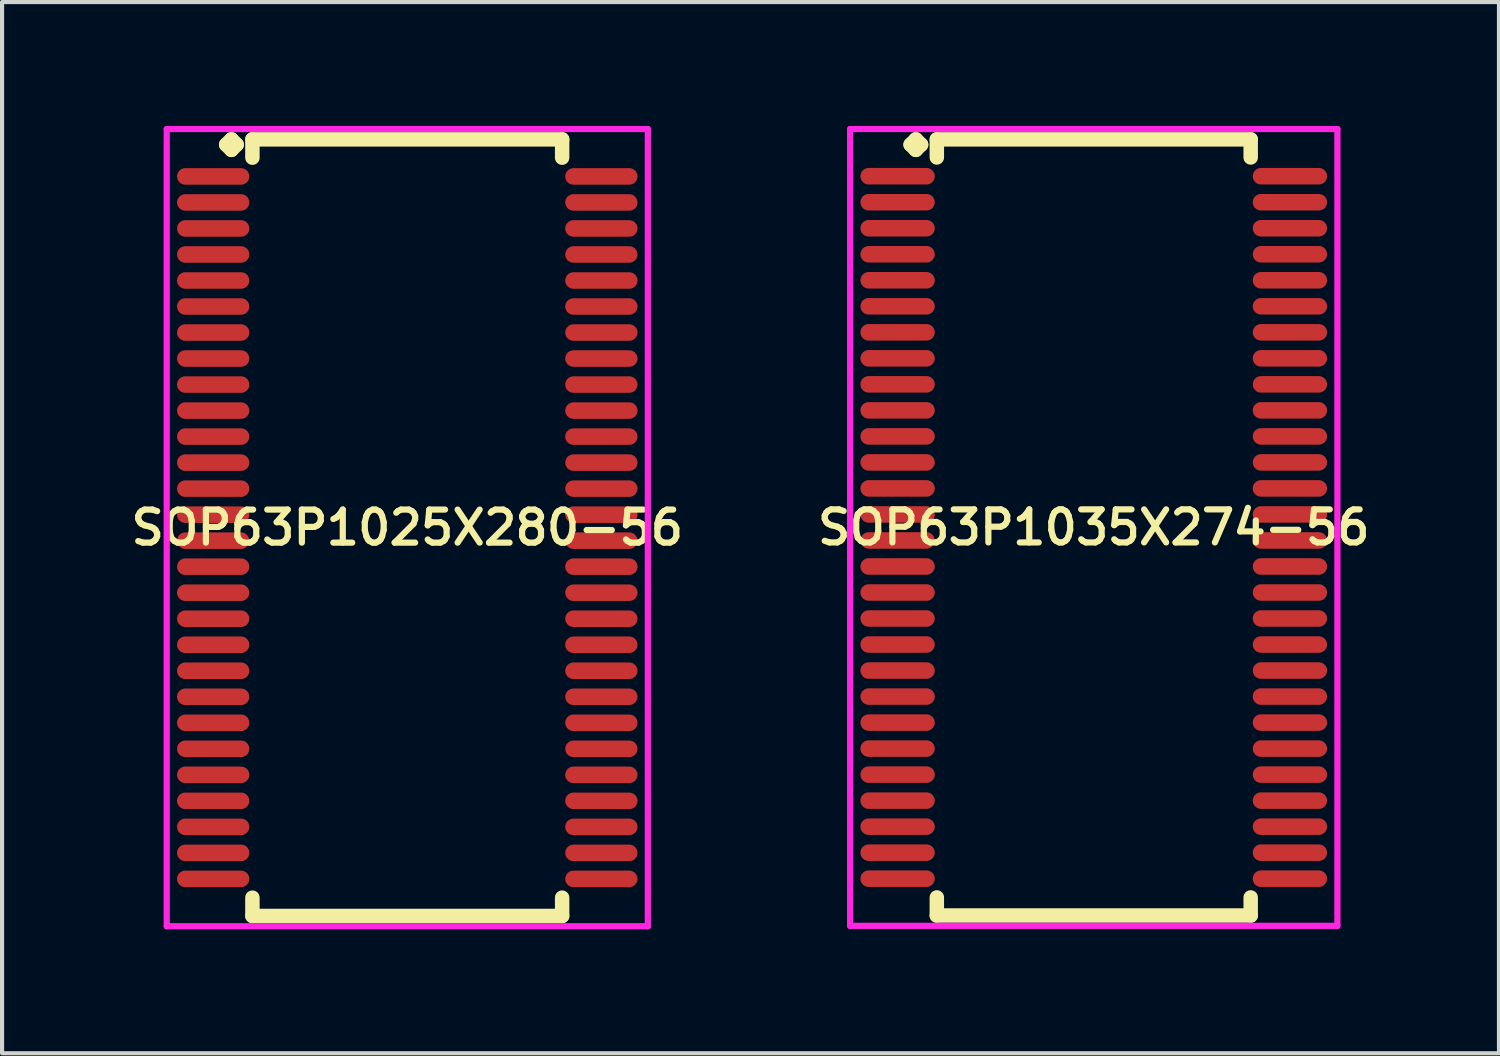
<source format=kicad_pcb>
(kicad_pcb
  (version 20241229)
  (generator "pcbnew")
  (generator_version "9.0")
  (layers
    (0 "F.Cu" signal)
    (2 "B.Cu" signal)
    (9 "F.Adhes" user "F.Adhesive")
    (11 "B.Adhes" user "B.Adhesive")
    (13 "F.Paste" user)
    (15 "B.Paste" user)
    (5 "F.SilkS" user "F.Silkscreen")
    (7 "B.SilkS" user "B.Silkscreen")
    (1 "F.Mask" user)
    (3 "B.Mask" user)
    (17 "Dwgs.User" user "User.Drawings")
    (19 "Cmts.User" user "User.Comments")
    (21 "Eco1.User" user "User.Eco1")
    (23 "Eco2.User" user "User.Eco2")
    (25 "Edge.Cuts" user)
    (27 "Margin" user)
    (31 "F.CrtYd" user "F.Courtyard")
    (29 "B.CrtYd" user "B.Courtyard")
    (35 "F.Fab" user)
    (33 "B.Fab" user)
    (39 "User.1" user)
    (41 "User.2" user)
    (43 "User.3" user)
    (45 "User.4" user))
  (footprint "SOP63P1025X280-56"
    (layer "F.Cu")
    (at 6.812 9.727)
    (property "Reference" "SOP63P1025X280-56" (at 0 0 0) (layer "F.SilkS") (effects (font (size 0.8 0.8) (thickness 0.15))))
    (attr smd)
    (fp_line (start -4.385 -9.275) (end -4.258 -9.402) (stroke (width 0.35) (type solid)) (layer "F.SilkS"))
    (fp_line (start -4.258 -9.402) (end -4.131 -9.275) (stroke (width 0.35) (type solid)) (layer "F.SilkS"))
    (fp_line (start -4.258 -9.148) (end -4.385 -9.275) (stroke (width 0.35) (type solid)) (layer "F.SilkS"))
    (fp_line (start -4.131 -9.275) (end -4.258 -9.148) (stroke (width 0.35) (type solid)) (layer "F.SilkS"))
    (fp_line (start -3.75 -9.402) (end 3.75 -9.402) (stroke (width 0.35) (type solid)) (layer "F.SilkS"))
    (fp_line (start -3.75 -8.959) (end -3.75 -9.402) (stroke (width 0.35) (type solid)) (layer "F.SilkS"))
    (fp_line (start -3.75 8.959) (end -3.75 9.402) (stroke (width 0.35) (type solid)) (layer "F.SilkS"))
    (fp_line (start -3.75 9.402) (end 3.75 9.402) (stroke (width 0.35) (type solid)) (layer "F.SilkS"))
    (fp_line (start 3.75 -9.402) (end 3.75 -8.959) (stroke (width 0.35) (type solid)) (layer "F.SilkS"))
    (fp_line (start 3.75 9.402) (end 3.75 8.959) (stroke (width 0.35) (type solid)) (layer "F.SilkS"))
    (fp_line (start -5.825 -9.652) (end 5.825 -9.652) (stroke (width 0.15) (type solid)) (layer "F.CrtYd"))
    (fp_line (start -5.825 9.652) (end -5.825 -9.652) (stroke (width 0.15) (type solid)) (layer "F.CrtYd"))
    (fp_line (start 5.825 -9.652) (end 5.825 9.652) (stroke (width 0.15) (type solid)) (layer "F.CrtYd"))
    (fp_line (start 5.825 9.652) (end -5.825 9.652) (stroke (width 0.15) (type solid)) (layer "F.CrtYd"))
    (pad "1" smd oval (at -4.7 -8.505) (size 1.75 0.4) (layers "F.Cu" "F.Mask" "F.Paste"))
    (pad "2" smd oval (at -4.7 -7.875) (size 1.75 0.4) (layers "F.Cu" "F.Mask" "F.Paste"))
    (pad "3" smd oval (at -4.7 -7.245) (size 1.75 0.4) (layers "F.Cu" "F.Mask" "F.Paste"))
    (pad "4" smd oval (at -4.7 -6.615) (size 1.75 0.4) (layers "F.Cu" "F.Mask" "F.Paste"))
    (pad "5" smd oval (at -4.7 -5.985) (size 1.75 0.4) (layers "F.Cu" "F.Mask" "F.Paste"))
    (pad "6" smd oval (at -4.7 -5.355) (size 1.75 0.4) (layers "F.Cu" "F.Mask" "F.Paste"))
    (pad "7" smd oval (at -4.7 -4.725) (size 1.75 0.4) (layers "F.Cu" "F.Mask" "F.Paste"))
    (pad "8" smd oval (at -4.7 -4.095) (size 1.75 0.4) (layers "F.Cu" "F.Mask" "F.Paste"))
    (pad "9" smd oval (at -4.7 -3.465) (size 1.75 0.4) (layers "F.Cu" "F.Mask" "F.Paste"))
    (pad "10" smd oval (at -4.7 -2.835) (size 1.75 0.4) (layers "F.Cu" "F.Mask" "F.Paste"))
    (pad "11" smd oval (at -4.7 -2.205) (size 1.75 0.4) (layers "F.Cu" "F.Mask" "F.Paste"))
    (pad "12" smd oval (at -4.7 -1.575) (size 1.75 0.4) (layers "F.Cu" "F.Mask" "F.Paste"))
    (pad "13" smd oval (at -4.7 -0.945) (size 1.75 0.4) (layers "F.Cu" "F.Mask" "F.Paste"))
    (pad "14" smd oval (at -4.7 -0.315) (size 1.75 0.4) (layers "F.Cu" "F.Mask" "F.Paste"))
    (pad "15" smd oval (at -4.7 0.315) (size 1.75 0.4) (layers "F.Cu" "F.Mask" "F.Paste"))
    (pad "16" smd oval (at -4.7 0.945) (size 1.75 0.4) (layers "F.Cu" "F.Mask" "F.Paste"))
    (pad "17" smd oval (at -4.7 1.575) (size 1.75 0.4) (layers "F.Cu" "F.Mask" "F.Paste"))
    (pad "18" smd oval (at -4.7 2.205) (size 1.75 0.4) (layers "F.Cu" "F.Mask" "F.Paste"))
    (pad "19" smd oval (at -4.7 2.835) (size 1.75 0.4) (layers "F.Cu" "F.Mask" "F.Paste"))
    (pad "20" smd oval (at -4.7 3.465) (size 1.75 0.4) (layers "F.Cu" "F.Mask" "F.Paste"))
    (pad "21" smd oval (at -4.7 4.095) (size 1.75 0.4) (layers "F.Cu" "F.Mask" "F.Paste"))
    (pad "22" smd oval (at -4.7 4.725) (size 1.75 0.4) (layers "F.Cu" "F.Mask" "F.Paste"))
    (pad "23" smd oval (at -4.7 5.355) (size 1.75 0.4) (layers "F.Cu" "F.Mask" "F.Paste"))
    (pad "24" smd oval (at -4.7 5.985) (size 1.75 0.4) (layers "F.Cu" "F.Mask" "F.Paste"))
    (pad "25" smd oval (at -4.7 6.615) (size 1.75 0.4) (layers "F.Cu" "F.Mask" "F.Paste"))
    (pad "26" smd oval (at -4.7 7.245) (size 1.75 0.4) (layers "F.Cu" "F.Mask" "F.Paste"))
    (pad "27" smd oval (at -4.7 7.875) (size 1.75 0.4) (layers "F.Cu" "F.Mask" "F.Paste"))
    (pad "28" smd oval (at -4.7 8.505) (size 1.75 0.4) (layers "F.Cu" "F.Mask" "F.Paste"))
    (pad "29" smd oval (at 4.7 8.505) (size 1.75 0.4) (layers "F.Cu" "F.Mask" "F.Paste"))
    (pad "30" smd oval (at 4.7 7.875) (size 1.75 0.4) (layers "F.Cu" "F.Mask" "F.Paste"))
    (pad "31" smd oval (at 4.7 7.245) (size 1.75 0.4) (layers "F.Cu" "F.Mask" "F.Paste"))
    (pad "32" smd oval (at 4.7 6.615) (size 1.75 0.4) (layers "F.Cu" "F.Mask" "F.Paste"))
    (pad "33" smd oval (at 4.7 5.985) (size 1.75 0.4) (layers "F.Cu" "F.Mask" "F.Paste"))
    (pad "34" smd oval (at 4.7 5.355) (size 1.75 0.4) (layers "F.Cu" "F.Mask" "F.Paste"))
    (pad "35" smd oval (at 4.7 4.725) (size 1.75 0.4) (layers "F.Cu" "F.Mask" "F.Paste"))
    (pad "36" smd oval (at 4.7 4.095) (size 1.75 0.4) (layers "F.Cu" "F.Mask" "F.Paste"))
    (pad "37" smd oval (at 4.7 3.465) (size 1.75 0.4) (layers "F.Cu" "F.Mask" "F.Paste"))
    (pad "38" smd oval (at 4.7 2.835) (size 1.75 0.4) (layers "F.Cu" "F.Mask" "F.Paste"))
    (pad "39" smd oval (at 4.7 2.205) (size 1.75 0.4) (layers "F.Cu" "F.Mask" "F.Paste"))
    (pad "40" smd oval (at 4.7 1.575) (size 1.75 0.4) (layers "F.Cu" "F.Mask" "F.Paste"))
    (pad "41" smd oval (at 4.7 0.945) (size 1.75 0.4) (layers "F.Cu" "F.Mask" "F.Paste"))
    (pad "42" smd oval (at 4.7 0.315) (size 1.75 0.4) (layers "F.Cu" "F.Mask" "F.Paste"))
    (pad "43" smd oval (at 4.7 -0.315) (size 1.75 0.4) (layers "F.Cu" "F.Mask" "F.Paste"))
    (pad "44" smd oval (at 4.7 -0.945) (size 1.75 0.4) (layers "F.Cu" "F.Mask" "F.Paste"))
    (pad "45" smd oval (at 4.7 -1.575) (size 1.75 0.4) (layers "F.Cu" "F.Mask" "F.Paste"))
    (pad "46" smd oval (at 4.7 -2.205) (size 1.75 0.4) (layers "F.Cu" "F.Mask" "F.Paste"))
    (pad "47" smd oval (at 4.7 -2.835) (size 1.75 0.4) (layers "F.Cu" "F.Mask" "F.Paste"))
    (pad "48" smd oval (at 4.7 -3.465) (size 1.75 0.4) (layers "F.Cu" "F.Mask" "F.Paste"))
    (pad "49" smd oval (at 4.7 -4.095) (size 1.75 0.4) (layers "F.Cu" "F.Mask" "F.Paste"))
    (pad "50" smd oval (at 4.7 -4.725) (size 1.75 0.4) (layers "F.Cu" "F.Mask" "F.Paste"))
    (pad "51" smd oval (at 4.7 -5.355) (size 1.75 0.4) (layers "F.Cu" "F.Mask" "F.Paste"))
    (pad "52" smd oval (at 4.7 -5.985) (size 1.75 0.4) (layers "F.Cu" "F.Mask" "F.Paste"))
    (pad "53" smd oval (at 4.7 -6.615) (size 1.75 0.4) (layers "F.Cu" "F.Mask" "F.Paste"))
    (pad "54" smd oval (at 4.7 -7.245) (size 1.75 0.4) (layers "F.Cu" "F.Mask" "F.Paste"))
    (pad "55" smd oval (at 4.7 -7.875) (size 1.75 0.4) (layers "F.Cu" "F.Mask" "F.Paste"))
    (pad "56" smd oval (at 4.7 -8.505) (size 1.75 0.4) (layers "F.Cu" "F.Mask" "F.Paste")))
  (footprint "SOP63P1035X274-56"
    (layer "F.Cu")
    (at 23.435 9.722)
    (property "Reference" "SOP63P1035X274-56" (at 0 0 0) (layer "F.SilkS") (effects (font (size 0.8 0.8) (thickness 0.15))))
    (attr smd)
    (fp_line (start -4.435 -9.27) (end -4.308 -9.397) (stroke (width 0.35) (type solid)) (layer "F.SilkS"))
    (fp_line (start -4.308 -9.397) (end -4.181 -9.27) (stroke (width 0.35) (type solid)) (layer "F.SilkS"))
    (fp_line (start -4.308 -9.143) (end -4.435 -9.27) (stroke (width 0.35) (type solid)) (layer "F.SilkS"))
    (fp_line (start -4.181 -9.27) (end -4.308 -9.143) (stroke (width 0.35) (type solid)) (layer "F.SilkS"))
    (fp_line (start -3.8 -9.397) (end 3.8 -9.397) (stroke (width 0.35) (type solid)) (layer "F.SilkS"))
    (fp_line (start -3.8 -8.959) (end -3.8 -9.397) (stroke (width 0.35) (type solid)) (layer "F.SilkS"))
    (fp_line (start -3.8 8.959) (end -3.8 9.397) (stroke (width 0.35) (type solid)) (layer "F.SilkS"))
    (fp_line (start -3.8 9.397) (end 3.8 9.397) (stroke (width 0.35) (type solid)) (layer "F.SilkS"))
    (fp_line (start 3.8 -9.397) (end 3.8 -8.959) (stroke (width 0.35) (type solid)) (layer "F.SilkS"))
    (fp_line (start 3.8 9.397) (end 3.8 8.959) (stroke (width 0.35) (type solid)) (layer "F.SilkS"))
    (fp_line (start -5.9 -9.647) (end 5.9 -9.647) (stroke (width 0.15) (type solid)) (layer "F.CrtYd"))
    (fp_line (start -5.9 9.647) (end -5.9 -9.647) (stroke (width 0.15) (type solid)) (layer "F.CrtYd"))
    (fp_line (start 5.9 -9.647) (end 5.9 9.647) (stroke (width 0.15) (type solid)) (layer "F.CrtYd"))
    (fp_line (start 5.9 9.647) (end -5.9 9.647) (stroke (width 0.15) (type solid)) (layer "F.CrtYd"))
    (pad "1" smd oval (at -4.75 -8.505) (size 1.8 0.4) (layers "F.Cu" "F.Mask" "F.Paste"))
    (pad "2" smd oval (at -4.75 -7.875) (size 1.8 0.4) (layers "F.Cu" "F.Mask" "F.Paste"))
    (pad "3" smd oval (at -4.75 -7.245) (size 1.8 0.4) (layers "F.Cu" "F.Mask" "F.Paste"))
    (pad "4" smd oval (at -4.75 -6.615) (size 1.8 0.4) (layers "F.Cu" "F.Mask" "F.Paste"))
    (pad "5" smd oval (at -4.75 -5.985) (size 1.8 0.4) (layers "F.Cu" "F.Mask" "F.Paste"))
    (pad "6" smd oval (at -4.75 -5.355) (size 1.8 0.4) (layers "F.Cu" "F.Mask" "F.Paste"))
    (pad "7" smd oval (at -4.75 -4.725) (size 1.8 0.4) (layers "F.Cu" "F.Mask" "F.Paste"))
    (pad "8" smd oval (at -4.75 -4.095) (size 1.8 0.4) (layers "F.Cu" "F.Mask" "F.Paste"))
    (pad "9" smd oval (at -4.75 -3.465) (size 1.8 0.4) (layers "F.Cu" "F.Mask" "F.Paste"))
    (pad "10" smd oval (at -4.75 -2.835) (size 1.8 0.4) (layers "F.Cu" "F.Mask" "F.Paste"))
    (pad "11" smd oval (at -4.75 -2.205) (size 1.8 0.4) (layers "F.Cu" "F.Mask" "F.Paste"))
    (pad "12" smd oval (at -4.75 -1.575) (size 1.8 0.4) (layers "F.Cu" "F.Mask" "F.Paste"))
    (pad "13" smd oval (at -4.75 -0.945) (size 1.8 0.4) (layers "F.Cu" "F.Mask" "F.Paste"))
    (pad "14" smd oval (at -4.75 -0.315) (size 1.8 0.4) (layers "F.Cu" "F.Mask" "F.Paste"))
    (pad "15" smd oval (at -4.75 0.315) (size 1.8 0.4) (layers "F.Cu" "F.Mask" "F.Paste"))
    (pad "16" smd oval (at -4.75 0.945) (size 1.8 0.4) (layers "F.Cu" "F.Mask" "F.Paste"))
    (pad "17" smd oval (at -4.75 1.575) (size 1.8 0.4) (layers "F.Cu" "F.Mask" "F.Paste"))
    (pad "18" smd oval (at -4.75 2.205) (size 1.8 0.4) (layers "F.Cu" "F.Mask" "F.Paste"))
    (pad "19" smd oval (at -4.75 2.835) (size 1.8 0.4) (layers "F.Cu" "F.Mask" "F.Paste"))
    (pad "20" smd oval (at -4.75 3.465) (size 1.8 0.4) (layers "F.Cu" "F.Mask" "F.Paste"))
    (pad "21" smd oval (at -4.75 4.095) (size 1.8 0.4) (layers "F.Cu" "F.Mask" "F.Paste"))
    (pad "22" smd oval (at -4.75 4.725) (size 1.8 0.4) (layers "F.Cu" "F.Mask" "F.Paste"))
    (pad "23" smd oval (at -4.75 5.355) (size 1.8 0.4) (layers "F.Cu" "F.Mask" "F.Paste"))
    (pad "24" smd oval (at -4.75 5.985) (size 1.8 0.4) (layers "F.Cu" "F.Mask" "F.Paste"))
    (pad "25" smd oval (at -4.75 6.615) (size 1.8 0.4) (layers "F.Cu" "F.Mask" "F.Paste"))
    (pad "26" smd oval (at -4.75 7.245) (size 1.8 0.4) (layers "F.Cu" "F.Mask" "F.Paste"))
    (pad "27" smd oval (at -4.75 7.875) (size 1.8 0.4) (layers "F.Cu" "F.Mask" "F.Paste"))
    (pad "28" smd oval (at -4.75 8.505) (size 1.8 0.4) (layers "F.Cu" "F.Mask" "F.Paste"))
    (pad "29" smd oval (at 4.75 8.505) (size 1.8 0.4) (layers "F.Cu" "F.Mask" "F.Paste"))
    (pad "30" smd oval (at 4.75 7.875) (size 1.8 0.4) (layers "F.Cu" "F.Mask" "F.Paste"))
    (pad "31" smd oval (at 4.75 7.245) (size 1.8 0.4) (layers "F.Cu" "F.Mask" "F.Paste"))
    (pad "32" smd oval (at 4.75 6.615) (size 1.8 0.4) (layers "F.Cu" "F.Mask" "F.Paste"))
    (pad "33" smd oval (at 4.75 5.985) (size 1.8 0.4) (layers "F.Cu" "F.Mask" "F.Paste"))
    (pad "34" smd oval (at 4.75 5.355) (size 1.8 0.4) (layers "F.Cu" "F.Mask" "F.Paste"))
    (pad "35" smd oval (at 4.75 4.725) (size 1.8 0.4) (layers "F.Cu" "F.Mask" "F.Paste"))
    (pad "36" smd oval (at 4.75 4.095) (size 1.8 0.4) (layers "F.Cu" "F.Mask" "F.Paste"))
    (pad "37" smd oval (at 4.75 3.465) (size 1.8 0.4) (layers "F.Cu" "F.Mask" "F.Paste"))
    (pad "38" smd oval (at 4.75 2.835) (size 1.8 0.4) (layers "F.Cu" "F.Mask" "F.Paste"))
    (pad "39" smd oval (at 4.75 2.205) (size 1.8 0.4) (layers "F.Cu" "F.Mask" "F.Paste"))
    (pad "40" smd oval (at 4.75 1.575) (size 1.8 0.4) (layers "F.Cu" "F.Mask" "F.Paste"))
    (pad "41" smd oval (at 4.75 0.945) (size 1.8 0.4) (layers "F.Cu" "F.Mask" "F.Paste"))
    (pad "42" smd oval (at 4.75 0.315) (size 1.8 0.4) (layers "F.Cu" "F.Mask" "F.Paste"))
    (pad "43" smd oval (at 4.75 -0.315) (size 1.8 0.4) (layers "F.Cu" "F.Mask" "F.Paste"))
    (pad "44" smd oval (at 4.75 -0.945) (size 1.8 0.4) (layers "F.Cu" "F.Mask" "F.Paste"))
    (pad "45" smd oval (at 4.75 -1.575) (size 1.8 0.4) (layers "F.Cu" "F.Mask" "F.Paste"))
    (pad "46" smd oval (at 4.75 -2.205) (size 1.8 0.4) (layers "F.Cu" "F.Mask" "F.Paste"))
    (pad "47" smd oval (at 4.75 -2.835) (size 1.8 0.4) (layers "F.Cu" "F.Mask" "F.Paste"))
    (pad "48" smd oval (at 4.75 -3.465) (size 1.8 0.4) (layers "F.Cu" "F.Mask" "F.Paste"))
    (pad "49" smd oval (at 4.75 -4.095) (size 1.8 0.4) (layers "F.Cu" "F.Mask" "F.Paste"))
    (pad "50" smd oval (at 4.75 -4.725) (size 1.8 0.4) (layers "F.Cu" "F.Mask" "F.Paste"))
    (pad "51" smd oval (at 4.75 -5.355) (size 1.8 0.4) (layers "F.Cu" "F.Mask" "F.Paste"))
    (pad "52" smd oval (at 4.75 -5.985) (size 1.8 0.4) (layers "F.Cu" "F.Mask" "F.Paste"))
    (pad "53" smd oval (at 4.75 -6.615) (size 1.8 0.4) (layers "F.Cu" "F.Mask" "F.Paste"))
    (pad "54" smd oval (at 4.75 -7.245) (size 1.8 0.4) (layers "F.Cu" "F.Mask" "F.Paste"))
    (pad "55" smd oval (at 4.75 -7.875) (size 1.8 0.4) (layers "F.Cu" "F.Mask" "F.Paste"))
    (pad "56" smd oval (at 4.75 -8.505) (size 1.8 0.4) (layers "F.Cu" "F.Mask" "F.Paste")))
  (gr_rect
    (start -3 -3)
    (end 33.247 22.454)
    (stroke (width 0.1) (type default))
    (fill no)
    (layer "Edge.Cuts")))
</source>
